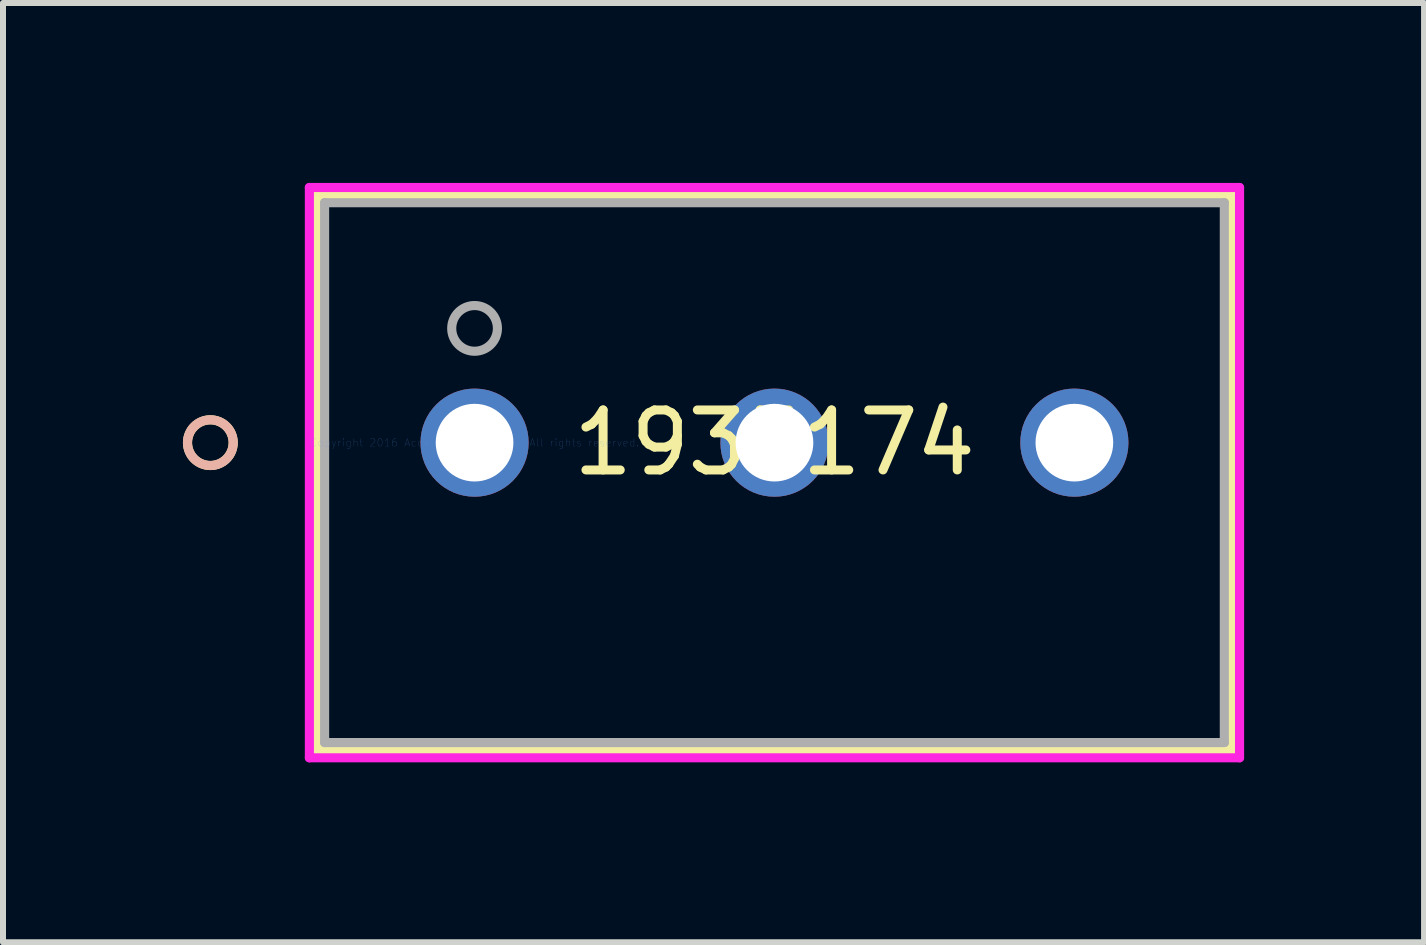
<source format=kicad_pcb>
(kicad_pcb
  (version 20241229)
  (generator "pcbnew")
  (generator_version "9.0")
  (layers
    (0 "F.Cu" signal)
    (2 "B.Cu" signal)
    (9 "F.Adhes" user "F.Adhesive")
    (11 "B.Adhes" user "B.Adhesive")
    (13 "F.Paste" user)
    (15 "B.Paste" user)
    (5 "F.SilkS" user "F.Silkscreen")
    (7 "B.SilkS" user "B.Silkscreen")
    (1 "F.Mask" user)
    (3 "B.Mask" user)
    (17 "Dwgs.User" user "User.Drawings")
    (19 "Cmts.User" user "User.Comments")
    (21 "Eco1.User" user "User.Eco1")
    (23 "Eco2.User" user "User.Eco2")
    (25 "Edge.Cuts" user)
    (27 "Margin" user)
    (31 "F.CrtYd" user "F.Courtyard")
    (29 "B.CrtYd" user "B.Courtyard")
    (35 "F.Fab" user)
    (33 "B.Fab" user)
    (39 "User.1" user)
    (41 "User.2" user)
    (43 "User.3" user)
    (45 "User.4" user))
  (footprint "1935174"
    (layer "F.Cu")
    (at 4.862 4.33)
    (property "Reference" "1935174" (at 5 0 0) (layer "F.SilkS") (effects (font (size 1 1) (thickness 0.15))))
    (attr through_hole)
    (fp_line (start -2.627 -4.127) (end -2.627 5.127) (stroke (width 0.152) (type solid)) (layer "F.SilkS"))
    (fp_line (start -2.627 5.127) (end 12.627 5.127) (stroke (width 0.152) (type solid)) (layer "F.SilkS"))
    (fp_line (start 12.627 -4.127) (end -2.627 -4.127) (stroke (width 0.152) (type solid)) (layer "F.SilkS"))
    (fp_line (start 12.627 5.127) (end 12.627 -4.127) (stroke (width 0.152) (type solid)) (layer "F.SilkS"))
    (fp_circle (center -4.405 0) (end -4.024 0) (stroke (width 0.152) (type solid)) (fill no) (layer "F.SilkS"))
    (fp_circle (center -4.405 0) (end -4.024 0) (stroke (width 0.152) (type solid)) (fill no) (layer "B.SilkS"))
    (fp_line (start -2.754 -4.254) (end -2.754 5.254) (stroke (width 0.152) (type solid)) (layer "F.CrtYd"))
    (fp_line (start -2.754 5.254) (end 12.754 5.254) (stroke (width 0.152) (type solid)) (layer "F.CrtYd"))
    (fp_line (start 12.754 -4.254) (end -2.754 -4.254) (stroke (width 0.152) (type solid)) (layer "F.CrtYd"))
    (fp_line (start 12.754 5.254) (end 12.754 -4.254) (stroke (width 0.152) (type solid)) (layer "F.CrtYd"))
    (fp_line (start -2.5 -4) (end -2.5 5) (stroke (width 0.152) (type solid)) (layer "F.Fab"))
    (fp_line (start -2.5 5) (end 12.5 5) (stroke (width 0.152) (type solid)) (layer "F.Fab"))
    (fp_line (start 12.5 -4) (end -2.5 -4) (stroke (width 0.152) (type solid)) (layer "F.Fab"))
    (fp_line (start 12.5 5) (end 12.5 -4) (stroke (width 0.152) (type solid)) (layer "F.Fab"))
    (fp_circle (center 0 -1.905) (end 0.381 -1.905) (stroke (width 0.152) (type solid)) (fill no) (layer "F.Fab"))
    (fp_text user "*" (at 0 0 0) (layer "F.SilkS") (effects (font (size 1 1) (thickness 0.15))))
    (fp_text user "Copyright 2016 Accelerated Designs. All rights reserved." (at 0 0 0) (layer "Cmts.User") (effects (font (size 0.127 0.127) (thickness 0.002))))
    (fp_text user "*" (at 0 0 0) (layer "F.Fab") (effects (font (size 1 1) (thickness 0.15))))
    (pad "1" thru_hole circle (at 0 0) (size 1.803 1.803) (drill 1.295) (layers "*.Cu" "*.Mask"))
    (pad "2" thru_hole circle (at 5 0) (size 1.803 1.803) (drill 1.295) (layers "*.Cu" "*.Mask"))
    (pad "3" thru_hole circle (at 10 0) (size 1.803 1.803) (drill 1.295) (layers "*.Cu" "*.Mask")))
  (gr_rect
    (start -3 -3)
    (end 20.692 12.66)
    (stroke (width 0.1) (type default))
    (fill no)
    (layer "Edge.Cuts")))
</source>
